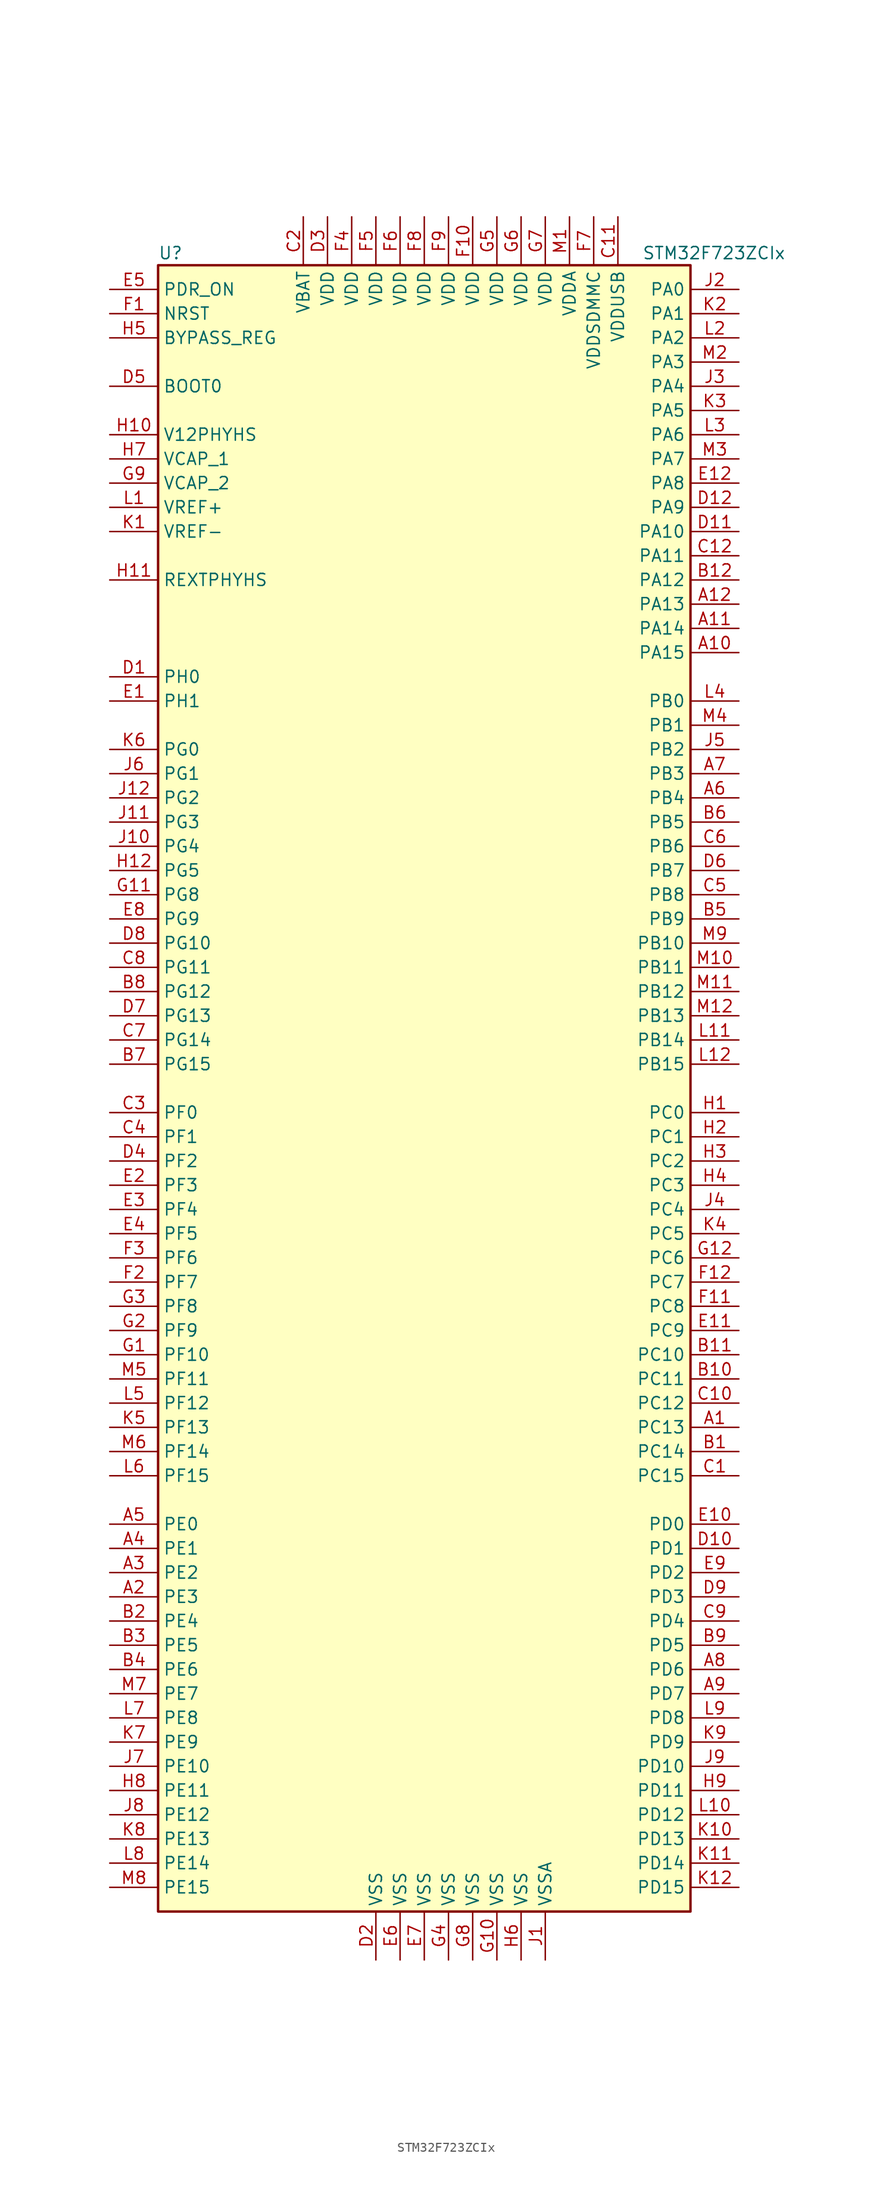
<source format=kicad_sym>
(kicad_symbol_lib
  (version 20201005)
  (generator kicad_symbol_editor)
  (symbol "MCU_ST_STM32F7:STM32F723ZCIx"
    (property "Reference" "U"
      (at -27.94 87.63 0)
      (effects (font (size 1.27 1.27)) (justify left)))
    (property "Value" "STM32F723ZCIx"
      (at 22.86 87.63 0)
      (effects (font (size 1.27 1.27)) (justify left)))
    (symbol "STM32F723ZCIx_0_1"
      (rectangle (start -27.94 -86.36) (end 27.94 86.36) (stroke (width 0.254)) (fill (type background))))
    (symbol "STM32F723ZCIx_1_1"
      (pin input line (at -33.02 73.66 0) (length 5.08) (name "BOOT0" (effects (font (size 1.27 1.27)))) (number "D5" (effects (font (size 1.27 1.27)))))
      (pin input line (at -33.02 78.74 0) (length 5.08) (name "BYPASS_REG" (effects (font (size 1.27 1.27)))) (number "H5" (effects (font (size 1.27 1.27)))))
      (pin input line (at -33.02 81.28 0) (length 5.08) (name "NRST" (effects (font (size 1.27 1.27)))) (number "F1" (effects (font (size 1.27 1.27)))))
      (pin bidirectional line (at 33.02 83.82 180) (length 5.08) (name "PA0" (effects (font (size 1.27 1.27)))) (number "J2" (effects (font (size 1.27 1.27)))))
      (pin bidirectional line (at 33.02 81.28 180) (length 5.08) (name "PA1" (effects (font (size 1.27 1.27)))) (number "K2" (effects (font (size 1.27 1.27)))))
      (pin bidirectional line (at 33.02 58.42 180) (length 5.08) (name "PA10" (effects (font (size 1.27 1.27)))) (number "D11" (effects (font (size 1.27 1.27)))))
      (pin bidirectional line (at 33.02 55.88 180) (length 5.08) (name "PA11" (effects (font (size 1.27 1.27)))) (number "C12" (effects (font (size 1.27 1.27)))))
      (pin bidirectional line (at 33.02 53.34 180) (length 5.08) (name "PA12" (effects (font (size 1.27 1.27)))) (number "B12" (effects (font (size 1.27 1.27)))))
      (pin bidirectional line (at 33.02 50.8 180) (length 5.08) (name "PA13" (effects (font (size 1.27 1.27)))) (number "A12" (effects (font (size 1.27 1.27)))))
      (pin bidirectional line (at 33.02 48.26 180) (length 5.08) (name "PA14" (effects (font (size 1.27 1.27)))) (number "A11" (effects (font (size 1.27 1.27)))))
      (pin bidirectional line (at 33.02 45.72 180) (length 5.08) (name "PA15" (effects (font (size 1.27 1.27)))) (number "A10" (effects (font (size 1.27 1.27)))))
      (pin bidirectional line (at 33.02 78.74 180) (length 5.08) (name "PA2" (effects (font (size 1.27 1.27)))) (number "L2" (effects (font (size 1.27 1.27)))))
      (pin bidirectional line (at 33.02 76.2 180) (length 5.08) (name "PA3" (effects (font (size 1.27 1.27)))) (number "M2" (effects (font (size 1.27 1.27)))))
      (pin bidirectional line (at 33.02 73.66 180) (length 5.08) (name "PA4" (effects (font (size 1.27 1.27)))) (number "J3" (effects (font (size 1.27 1.27)))))
      (pin bidirectional line (at 33.02 71.12 180) (length 5.08) (name "PA5" (effects (font (size 1.27 1.27)))) (number "K3" (effects (font (size 1.27 1.27)))))
      (pin bidirectional line (at 33.02 68.58 180) (length 5.08) (name "PA6" (effects (font (size 1.27 1.27)))) (number "L3" (effects (font (size 1.27 1.27)))))
      (pin bidirectional line (at 33.02 66.04 180) (length 5.08) (name "PA7" (effects (font (size 1.27 1.27)))) (number "M3" (effects (font (size 1.27 1.27)))))
      (pin bidirectional line (at 33.02 63.5 180) (length 5.08) (name "PA8" (effects (font (size 1.27 1.27)))) (number "E12" (effects (font (size 1.27 1.27)))))
      (pin bidirectional line (at 33.02 60.96 180) (length 5.08) (name "PA9" (effects (font (size 1.27 1.27)))) (number "D12" (effects (font (size 1.27 1.27)))))
      (pin bidirectional line (at 33.02 40.64 180) (length 5.08) (name "PB0" (effects (font (size 1.27 1.27)))) (number "L4" (effects (font (size 1.27 1.27)))))
      (pin bidirectional line (at 33.02 38.1 180) (length 5.08) (name "PB1" (effects (font (size 1.27 1.27)))) (number "M4" (effects (font (size 1.27 1.27)))))
      (pin bidirectional line (at 33.02 15.24 180) (length 5.08) (name "PB10" (effects (font (size 1.27 1.27)))) (number "M9" (effects (font (size 1.27 1.27)))))
      (pin bidirectional line (at 33.02 12.7 180) (length 5.08) (name "PB11" (effects (font (size 1.27 1.27)))) (number "M10" (effects (font (size 1.27 1.27)))))
      (pin bidirectional line (at 33.02 10.16 180) (length 5.08) (name "PB12" (effects (font (size 1.27 1.27)))) (number "M11" (effects (font (size 1.27 1.27)))))
      (pin bidirectional line (at 33.02 7.62 180) (length 5.08) (name "PB13" (effects (font (size 1.27 1.27)))) (number "M12" (effects (font (size 1.27 1.27)))))
      (pin bidirectional line (at 33.02 5.08 180) (length 5.08) (name "PB14" (effects (font (size 1.27 1.27)))) (number "L11" (effects (font (size 1.27 1.27)))))
      (pin bidirectional line (at 33.02 2.54 180) (length 5.08) (name "PB15" (effects (font (size 1.27 1.27)))) (number "L12" (effects (font (size 1.27 1.27)))))
      (pin bidirectional line (at 33.02 35.56 180) (length 5.08) (name "PB2" (effects (font (size 1.27 1.27)))) (number "J5" (effects (font (size 1.27 1.27)))))
      (pin bidirectional line (at 33.02 33.02 180) (length 5.08) (name "PB3" (effects (font (size 1.27 1.27)))) (number "A7" (effects (font (size 1.27 1.27)))))
      (pin bidirectional line (at 33.02 30.48 180) (length 5.08) (name "PB4" (effects (font (size 1.27 1.27)))) (number "A6" (effects (font (size 1.27 1.27)))))
      (pin bidirectional line (at 33.02 27.94 180) (length 5.08) (name "PB5" (effects (font (size 1.27 1.27)))) (number "B6" (effects (font (size 1.27 1.27)))))
      (pin bidirectional line (at 33.02 25.4 180) (length 5.08) (name "PB6" (effects (font (size 1.27 1.27)))) (number "C6" (effects (font (size 1.27 1.27)))))
      (pin bidirectional line (at 33.02 22.86 180) (length 5.08) (name "PB7" (effects (font (size 1.27 1.27)))) (number "D6" (effects (font (size 1.27 1.27)))))
      (pin bidirectional line (at 33.02 20.32 180) (length 5.08) (name "PB8" (effects (font (size 1.27 1.27)))) (number "C5" (effects (font (size 1.27 1.27)))))
      (pin bidirectional line (at 33.02 17.78 180) (length 5.08) (name "PB9" (effects (font (size 1.27 1.27)))) (number "B5" (effects (font (size 1.27 1.27)))))
      (pin bidirectional line (at 33.02 -2.54 180) (length 5.08) (name "PC0" (effects (font (size 1.27 1.27)))) (number "H1" (effects (font (size 1.27 1.27)))))
      (pin bidirectional line (at 33.02 -5.08 180) (length 5.08) (name "PC1" (effects (font (size 1.27 1.27)))) (number "H2" (effects (font (size 1.27 1.27)))))
      (pin bidirectional line (at 33.02 -27.94 180) (length 5.08) (name "PC10" (effects (font (size 1.27 1.27)))) (number "B11" (effects (font (size 1.27 1.27)))))
      (pin bidirectional line (at 33.02 -30.48 180) (length 5.08) (name "PC11" (effects (font (size 1.27 1.27)))) (number "B10" (effects (font (size 1.27 1.27)))))
      (pin bidirectional line (at 33.02 -33.02 180) (length 5.08) (name "PC12" (effects (font (size 1.27 1.27)))) (number "C10" (effects (font (size 1.27 1.27)))))
      (pin bidirectional line (at 33.02 -35.56 180) (length 5.08) (name "PC13" (effects (font (size 1.27 1.27)))) (number "A1" (effects (font (size 1.27 1.27)))))
      (pin bidirectional line (at 33.02 -38.1 180) (length 5.08) (name "PC14" (effects (font (size 1.27 1.27)))) (number "B1" (effects (font (size 1.27 1.27)))))
      (pin bidirectional line (at 33.02 -40.64 180) (length 5.08) (name "PC15" (effects (font (size 1.27 1.27)))) (number "C1" (effects (font (size 1.27 1.27)))))
      (pin bidirectional line (at 33.02 -7.62 180) (length 5.08) (name "PC2" (effects (font (size 1.27 1.27)))) (number "H3" (effects (font (size 1.27 1.27)))))
      (pin bidirectional line (at 33.02 -10.16 180) (length 5.08) (name "PC3" (effects (font (size 1.27 1.27)))) (number "H4" (effects (font (size 1.27 1.27)))))
      (pin bidirectional line (at 33.02 -12.7 180) (length 5.08) (name "PC4" (effects (font (size 1.27 1.27)))) (number "J4" (effects (font (size 1.27 1.27)))))
      (pin bidirectional line (at 33.02 -15.24 180) (length 5.08) (name "PC5" (effects (font (size 1.27 1.27)))) (number "K4" (effects (font (size 1.27 1.27)))))
      (pin bidirectional line (at 33.02 -17.78 180) (length 5.08) (name "PC6" (effects (font (size 1.27 1.27)))) (number "G12" (effects (font (size 1.27 1.27)))))
      (pin bidirectional line (at 33.02 -20.32 180) (length 5.08) (name "PC7" (effects (font (size 1.27 1.27)))) (number "F12" (effects (font (size 1.27 1.27)))))
      (pin bidirectional line (at 33.02 -22.86 180) (length 5.08) (name "PC8" (effects (font (size 1.27 1.27)))) (number "F11" (effects (font (size 1.27 1.27)))))
      (pin bidirectional line (at 33.02 -25.4 180) (length 5.08) (name "PC9" (effects (font (size 1.27 1.27)))) (number "E11" (effects (font (size 1.27 1.27)))))
      (pin bidirectional line (at 33.02 -45.72 180) (length 5.08) (name "PD0" (effects (font (size 1.27 1.27)))) (number "E10" (effects (font (size 1.27 1.27)))))
      (pin bidirectional line (at 33.02 -48.26 180) (length 5.08) (name "PD1" (effects (font (size 1.27 1.27)))) (number "D10" (effects (font (size 1.27 1.27)))))
      (pin bidirectional line (at 33.02 -71.12 180) (length 5.08) (name "PD10" (effects (font (size 1.27 1.27)))) (number "J9" (effects (font (size 1.27 1.27)))))
      (pin bidirectional line (at 33.02 -73.66 180) (length 5.08) (name "PD11" (effects (font (size 1.27 1.27)))) (number "H9" (effects (font (size 1.27 1.27)))))
      (pin bidirectional line (at 33.02 -76.2 180) (length 5.08) (name "PD12" (effects (font (size 1.27 1.27)))) (number "L10" (effects (font (size 1.27 1.27)))))
      (pin bidirectional line (at 33.02 -78.74 180) (length 5.08) (name "PD13" (effects (font (size 1.27 1.27)))) (number "K10" (effects (font (size 1.27 1.27)))))
      (pin bidirectional line (at 33.02 -81.28 180) (length 5.08) (name "PD14" (effects (font (size 1.27 1.27)))) (number "K11" (effects (font (size 1.27 1.27)))))
      (pin bidirectional line (at 33.02 -83.82 180) (length 5.08) (name "PD15" (effects (font (size 1.27 1.27)))) (number "K12" (effects (font (size 1.27 1.27)))))
      (pin bidirectional line (at 33.02 -50.8 180) (length 5.08) (name "PD2" (effects (font (size 1.27 1.27)))) (number "E9" (effects (font (size 1.27 1.27)))))
      (pin bidirectional line (at 33.02 -53.34 180) (length 5.08) (name "PD3" (effects (font (size 1.27 1.27)))) (number "D9" (effects (font (size 1.27 1.27)))))
      (pin bidirectional line (at 33.02 -55.88 180) (length 5.08) (name "PD4" (effects (font (size 1.27 1.27)))) (number "C9" (effects (font (size 1.27 1.27)))))
      (pin bidirectional line (at 33.02 -58.42 180) (length 5.08) (name "PD5" (effects (font (size 1.27 1.27)))) (number "B9" (effects (font (size 1.27 1.27)))))
      (pin bidirectional line (at 33.02 -60.96 180) (length 5.08) (name "PD6" (effects (font (size 1.27 1.27)))) (number "A8" (effects (font (size 1.27 1.27)))))
      (pin bidirectional line (at 33.02 -63.5 180) (length 5.08) (name "PD7" (effects (font (size 1.27 1.27)))) (number "A9" (effects (font (size 1.27 1.27)))))
      (pin bidirectional line (at 33.02 -66.04 180) (length 5.08) (name "PD8" (effects (font (size 1.27 1.27)))) (number "L9" (effects (font (size 1.27 1.27)))))
      (pin bidirectional line (at 33.02 -68.58 180) (length 5.08) (name "PD9" (effects (font (size 1.27 1.27)))) (number "K9" (effects (font (size 1.27 1.27)))))
      (pin input line (at -33.02 83.82 0) (length 5.08) (name "PDR_ON" (effects (font (size 1.27 1.27)))) (number "E5" (effects (font (size 1.27 1.27)))))
      (pin bidirectional line (at -33.02 -45.72 0) (length 5.08) (name "PE0" (effects (font (size 1.27 1.27)))) (number "A5" (effects (font (size 1.27 1.27)))))
      (pin bidirectional line (at -33.02 -48.26 0) (length 5.08) (name "PE1" (effects (font (size 1.27 1.27)))) (number "A4" (effects (font (size 1.27 1.27)))))
      (pin bidirectional line (at -33.02 -71.12 0) (length 5.08) (name "PE10" (effects (font (size 1.27 1.27)))) (number "J7" (effects (font (size 1.27 1.27)))))
      (pin bidirectional line (at -33.02 -73.66 0) (length 5.08) (name "PE11" (effects (font (size 1.27 1.27)))) (number "H8" (effects (font (size 1.27 1.27)))))
      (pin bidirectional line (at -33.02 -76.2 0) (length 5.08) (name "PE12" (effects (font (size 1.27 1.27)))) (number "J8" (effects (font (size 1.27 1.27)))))
      (pin bidirectional line (at -33.02 -78.74 0) (length 5.08) (name "PE13" (effects (font (size 1.27 1.27)))) (number "K8" (effects (font (size 1.27 1.27)))))
      (pin bidirectional line (at -33.02 -81.28 0) (length 5.08) (name "PE14" (effects (font (size 1.27 1.27)))) (number "L8" (effects (font (size 1.27 1.27)))))
      (pin bidirectional line (at -33.02 -83.82 0) (length 5.08) (name "PE15" (effects (font (size 1.27 1.27)))) (number "M8" (effects (font (size 1.27 1.27)))))
      (pin bidirectional line (at -33.02 -50.8 0) (length 5.08) (name "PE2" (effects (font (size 1.27 1.27)))) (number "A3" (effects (font (size 1.27 1.27)))))
      (pin bidirectional line (at -33.02 -53.34 0) (length 5.08) (name "PE3" (effects (font (size 1.27 1.27)))) (number "A2" (effects (font (size 1.27 1.27)))))
      (pin bidirectional line (at -33.02 -55.88 0) (length 5.08) (name "PE4" (effects (font (size 1.27 1.27)))) (number "B2" (effects (font (size 1.27 1.27)))))
      (pin bidirectional line (at -33.02 -58.42 0) (length 5.08) (name "PE5" (effects (font (size 1.27 1.27)))) (number "B3" (effects (font (size 1.27 1.27)))))
      (pin bidirectional line (at -33.02 -60.96 0) (length 5.08) (name "PE6" (effects (font (size 1.27 1.27)))) (number "B4" (effects (font (size 1.27 1.27)))))
      (pin bidirectional line (at -33.02 -63.5 0) (length 5.08) (name "PE7" (effects (font (size 1.27 1.27)))) (number "M7" (effects (font (size 1.27 1.27)))))
      (pin bidirectional line (at -33.02 -66.04 0) (length 5.08) (name "PE8" (effects (font (size 1.27 1.27)))) (number "L7" (effects (font (size 1.27 1.27)))))
      (pin bidirectional line (at -33.02 -68.58 0) (length 5.08) (name "PE9" (effects (font (size 1.27 1.27)))) (number "K7" (effects (font (size 1.27 1.27)))))
      (pin bidirectional line (at -33.02 -2.54 0) (length 5.08) (name "PF0" (effects (font (size 1.27 1.27)))) (number "C3" (effects (font (size 1.27 1.27)))))
      (pin bidirectional line (at -33.02 -5.08 0) (length 5.08) (name "PF1" (effects (font (size 1.27 1.27)))) (number "C4" (effects (font (size 1.27 1.27)))))
      (pin bidirectional line (at -33.02 -27.94 0) (length 5.08) (name "PF10" (effects (font (size 1.27 1.27)))) (number "G1" (effects (font (size 1.27 1.27)))))
      (pin bidirectional line (at -33.02 -30.48 0) (length 5.08) (name "PF11" (effects (font (size 1.27 1.27)))) (number "M5" (effects (font (size 1.27 1.27)))))
      (pin bidirectional line (at -33.02 -33.02 0) (length 5.08) (name "PF12" (effects (font (size 1.27 1.27)))) (number "L5" (effects (font (size 1.27 1.27)))))
      (pin bidirectional line (at -33.02 -35.56 0) (length 5.08) (name "PF13" (effects (font (size 1.27 1.27)))) (number "K5" (effects (font (size 1.27 1.27)))))
      (pin bidirectional line (at -33.02 -38.1 0) (length 5.08) (name "PF14" (effects (font (size 1.27 1.27)))) (number "M6" (effects (font (size 1.27 1.27)))))
      (pin bidirectional line (at -33.02 -40.64 0) (length 5.08) (name "PF15" (effects (font (size 1.27 1.27)))) (number "L6" (effects (font (size 1.27 1.27)))))
      (pin bidirectional line (at -33.02 -7.62 0) (length 5.08) (name "PF2" (effects (font (size 1.27 1.27)))) (number "D4" (effects (font (size 1.27 1.27)))))
      (pin bidirectional line (at -33.02 -10.16 0) (length 5.08) (name "PF3" (effects (font (size 1.27 1.27)))) (number "E2" (effects (font (size 1.27 1.27)))))
      (pin bidirectional line (at -33.02 -12.7 0) (length 5.08) (name "PF4" (effects (font (size 1.27 1.27)))) (number "E3" (effects (font (size 1.27 1.27)))))
      (pin bidirectional line (at -33.02 -15.24 0) (length 5.08) (name "PF5" (effects (font (size 1.27 1.27)))) (number "E4" (effects (font (size 1.27 1.27)))))
      (pin bidirectional line (at -33.02 -17.78 0) (length 5.08) (name "PF6" (effects (font (size 1.27 1.27)))) (number "F3" (effects (font (size 1.27 1.27)))))
      (pin bidirectional line (at -33.02 -20.32 0) (length 5.08) (name "PF7" (effects (font (size 1.27 1.27)))) (number "F2" (effects (font (size 1.27 1.27)))))
      (pin bidirectional line (at -33.02 -22.86 0) (length 5.08) (name "PF8" (effects (font (size 1.27 1.27)))) (number "G3" (effects (font (size 1.27 1.27)))))
      (pin bidirectional line (at -33.02 -25.4 0) (length 5.08) (name "PF9" (effects (font (size 1.27 1.27)))) (number "G2" (effects (font (size 1.27 1.27)))))
      (pin bidirectional line (at -33.02 35.56 0) (length 5.08) (name "PG0" (effects (font (size 1.27 1.27)))) (number "K6" (effects (font (size 1.27 1.27)))))
      (pin bidirectional line (at -33.02 33.02 0) (length 5.08) (name "PG1" (effects (font (size 1.27 1.27)))) (number "J6" (effects (font (size 1.27 1.27)))))
      (pin bidirectional line (at -33.02 15.24 0) (length 5.08) (name "PG10" (effects (font (size 1.27 1.27)))) (number "D8" (effects (font (size 1.27 1.27)))))
      (pin bidirectional line (at -33.02 12.7 0) (length 5.08) (name "PG11" (effects (font (size 1.27 1.27)))) (number "C8" (effects (font (size 1.27 1.27)))))
      (pin bidirectional line (at -33.02 10.16 0) (length 5.08) (name "PG12" (effects (font (size 1.27 1.27)))) (number "B8" (effects (font (size 1.27 1.27)))))
      (pin bidirectional line (at -33.02 7.62 0) (length 5.08) (name "PG13" (effects (font (size 1.27 1.27)))) (number "D7" (effects (font (size 1.27 1.27)))))
      (pin bidirectional line (at -33.02 5.08 0) (length 5.08) (name "PG14" (effects (font (size 1.27 1.27)))) (number "C7" (effects (font (size 1.27 1.27)))))
      (pin bidirectional line (at -33.02 2.54 0) (length 5.08) (name "PG15" (effects (font (size 1.27 1.27)))) (number "B7" (effects (font (size 1.27 1.27)))))
      (pin bidirectional line (at -33.02 30.48 0) (length 5.08) (name "PG2" (effects (font (size 1.27 1.27)))) (number "J12" (effects (font (size 1.27 1.27)))))
      (pin bidirectional line (at -33.02 27.94 0) (length 5.08) (name "PG3" (effects (font (size 1.27 1.27)))) (number "J11" (effects (font (size 1.27 1.27)))))
      (pin bidirectional line (at -33.02 25.4 0) (length 5.08) (name "PG4" (effects (font (size 1.27 1.27)))) (number "J10" (effects (font (size 1.27 1.27)))))
      (pin bidirectional line (at -33.02 22.86 0) (length 5.08) (name "PG5" (effects (font (size 1.27 1.27)))) (number "H12" (effects (font (size 1.27 1.27)))))
      (pin bidirectional line (at -33.02 20.32 0) (length 5.08) (name "PG8" (effects (font (size 1.27 1.27)))) (number "G11" (effects (font (size 1.27 1.27)))))
      (pin bidirectional line (at -33.02 17.78 0) (length 5.08) (name "PG9" (effects (font (size 1.27 1.27)))) (number "E8" (effects (font (size 1.27 1.27)))))
      (pin input line (at -33.02 43.18 0) (length 5.08) (name "PH0" (effects (font (size 1.27 1.27)))) (number "D1" (effects (font (size 1.27 1.27)))))
      (pin input line (at -33.02 40.64 0) (length 5.08) (name "PH1" (effects (font (size 1.27 1.27)))) (number "E1" (effects (font (size 1.27 1.27)))))
      (pin bidirectional line (at -33.02 53.34 0) (length 5.08) (name "REXTPHYHS" (effects (font (size 1.27 1.27)))) (number "H11" (effects (font (size 1.27 1.27)))))
      (pin power_in line (at -33.02 68.58 0) (length 5.08) (name "V12PHYHS" (effects (font (size 1.27 1.27)))) (number "H10" (effects (font (size 1.27 1.27)))))
      (pin power_in line (at -12.7 91.44 270) (length 5.08) (name "VBAT" (effects (font (size 1.27 1.27)))) (number "C2" (effects (font (size 1.27 1.27)))))
      (pin power_in line (at -33.02 66.04 0) (length 5.08) (name "VCAP_1" (effects (font (size 1.27 1.27)))) (number "H7" (effects (font (size 1.27 1.27)))))
      (pin power_in line (at -33.02 63.5 0) (length 5.08) (name "VCAP_2" (effects (font (size 1.27 1.27)))) (number "G9" (effects (font (size 1.27 1.27)))))
      (pin power_in line (at -10.16 91.44 270) (length 5.08) (name "VDD" (effects (font (size 1.27 1.27)))) (number "D3" (effects (font (size 1.27 1.27)))))
      (pin power_in line (at 5.08 91.44 270) (length 5.08) (name "VDD" (effects (font (size 1.27 1.27)))) (number "F10" (effects (font (size 1.27 1.27)))))
      (pin power_in line (at -7.62 91.44 270) (length 5.08) (name "VDD" (effects (font (size 1.27 1.27)))) (number "F4" (effects (font (size 1.27 1.27)))))
      (pin power_in line (at -5.08 91.44 270) (length 5.08) (name "VDD" (effects (font (size 1.27 1.27)))) (number "F5" (effects (font (size 1.27 1.27)))))
      (pin power_in line (at -2.54 91.44 270) (length 5.08) (name "VDD" (effects (font (size 1.27 1.27)))) (number "F6" (effects (font (size 1.27 1.27)))))
      (pin power_in line (at 0 91.44 270) (length 5.08) (name "VDD" (effects (font (size 1.27 1.27)))) (number "F8" (effects (font (size 1.27 1.27)))))
      (pin power_in line (at 2.54 91.44 270) (length 5.08) (name "VDD" (effects (font (size 1.27 1.27)))) (number "F9" (effects (font (size 1.27 1.27)))))
      (pin power_in line (at 7.62 91.44 270) (length 5.08) (name "VDD" (effects (font (size 1.27 1.27)))) (number "G5" (effects (font (size 1.27 1.27)))))
      (pin power_in line (at 10.16 91.44 270) (length 5.08) (name "VDD" (effects (font (size 1.27 1.27)))) (number "G6" (effects (font (size 1.27 1.27)))))
      (pin power_in line (at 12.7 91.44 270) (length 5.08) (name "VDD" (effects (font (size 1.27 1.27)))) (number "G7" (effects (font (size 1.27 1.27)))))
      (pin power_in line (at 15.24 91.44 270) (length 5.08) (name "VDDA" (effects (font (size 1.27 1.27)))) (number "M1" (effects (font (size 1.27 1.27)))))
      (pin power_in line (at 17.78 91.44 270) (length 5.08) (name "VDDSDMMC" (effects (font (size 1.27 1.27)))) (number "F7" (effects (font (size 1.27 1.27)))))
      (pin power_in line (at 20.32 91.44 270) (length 5.08) (name "VDDUSB" (effects (font (size 1.27 1.27)))) (number "C11" (effects (font (size 1.27 1.27)))))
      (pin power_in line (at -33.02 60.96 0) (length 5.08) (name "VREF+" (effects (font (size 1.27 1.27)))) (number "L1" (effects (font (size 1.27 1.27)))))
      (pin power_in line (at -33.02 58.42 0) (length 5.08) (name "VREF-" (effects (font (size 1.27 1.27)))) (number "K1" (effects (font (size 1.27 1.27)))))
      (pin power_in line (at -5.08 -91.44 90) (length 5.08) (name "VSS" (effects (font (size 1.27 1.27)))) (number "D2" (effects (font (size 1.27 1.27)))))
      (pin power_in line (at -2.54 -91.44 90) (length 5.08) (name "VSS" (effects (font (size 1.27 1.27)))) (number "E6" (effects (font (size 1.27 1.27)))))
      (pin power_in line (at 0 -91.44 90) (length 5.08) (name "VSS" (effects (font (size 1.27 1.27)))) (number "E7" (effects (font (size 1.27 1.27)))))
      (pin power_in line (at 7.62 -91.44 90) (length 5.08) (name "VSS" (effects (font (size 1.27 1.27)))) (number "G10" (effects (font (size 1.27 1.27)))))
      (pin power_in line (at 2.54 -91.44 90) (length 5.08) (name "VSS" (effects (font (size 1.27 1.27)))) (number "G4" (effects (font (size 1.27 1.27)))))
      (pin power_in line (at 5.08 -91.44 90) (length 5.08) (name "VSS" (effects (font (size 1.27 1.27)))) (number "G8" (effects (font (size 1.27 1.27)))))
      (pin power_in line (at 10.16 -91.44 90) (length 5.08) (name "VSS" (effects (font (size 1.27 1.27)))) (number "H6" (effects (font (size 1.27 1.27)))))
      (pin power_in line (at 12.7 -91.44 90) (length 5.08) (name "VSSA" (effects (font (size 1.27 1.27)))) (number "J1" (effects (font (size 1.27 1.27))))))))
</source>
